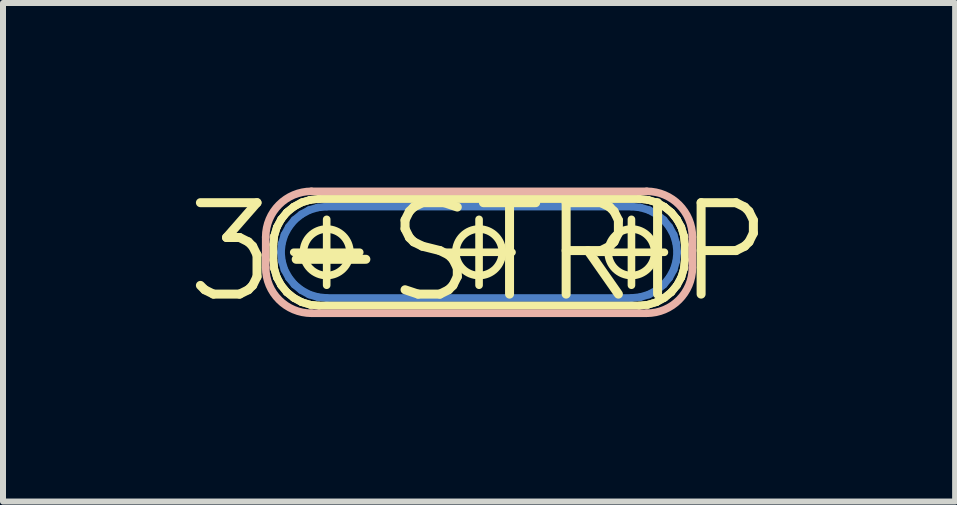
<source format=kicad_pcb>
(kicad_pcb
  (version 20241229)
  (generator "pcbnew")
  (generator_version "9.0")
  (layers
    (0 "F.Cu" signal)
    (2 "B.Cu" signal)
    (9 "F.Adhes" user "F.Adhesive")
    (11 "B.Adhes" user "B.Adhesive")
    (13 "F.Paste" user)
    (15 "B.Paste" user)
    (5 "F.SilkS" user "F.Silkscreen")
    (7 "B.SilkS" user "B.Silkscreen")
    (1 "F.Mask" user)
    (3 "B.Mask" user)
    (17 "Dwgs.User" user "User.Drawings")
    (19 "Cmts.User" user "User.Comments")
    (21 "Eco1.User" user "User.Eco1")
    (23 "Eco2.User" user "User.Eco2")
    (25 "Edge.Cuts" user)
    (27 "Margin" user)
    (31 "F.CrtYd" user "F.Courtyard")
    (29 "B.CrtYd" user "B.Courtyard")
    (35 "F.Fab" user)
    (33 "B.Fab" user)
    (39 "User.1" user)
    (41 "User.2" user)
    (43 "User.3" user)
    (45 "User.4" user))
  (footprint "3-STRIP"
    (layer "F.Cu")
    (at 4.935 1.155)
    (property "Reference" "3-STRIP" (at 0 0 0) (layer "F.SilkS") (effects (font (size 1.524 1.524) (thickness 0.15))))
    (attr exclude_from_pos_files exclude_from_bom)
    (fp_line (start -3.302 0) (end -3.287 -0.147) (stroke (width 0.127) (type solid)) (layer "B.Cu"))
    (fp_line (start -3.287 -0.147) (end -3.244 -0.29) (stroke (width 0.127) (type solid)) (layer "B.Cu"))
    (fp_line (start -3.287 0.147) (end -3.302 0) (stroke (width 0.127) (type solid)) (layer "B.Cu"))
    (fp_line (start -3.244 -0.29) (end -3.172 -0.422) (stroke (width 0.127) (type solid)) (layer "B.Cu"))
    (fp_line (start -3.244 0.29) (end -3.287 0.147) (stroke (width 0.127) (type solid)) (layer "B.Cu"))
    (fp_line (start -3.172 -0.422) (end -3.078 -0.538) (stroke (width 0.127) (type solid)) (layer "B.Cu"))
    (fp_line (start -3.172 0.422) (end -3.244 0.29) (stroke (width 0.127) (type solid)) (layer "B.Cu"))
    (fp_line (start -3.078 -0.538) (end -2.962 -0.632) (stroke (width 0.127) (type solid)) (layer "B.Cu"))
    (fp_line (start -3.078 0.538) (end -3.172 0.422) (stroke (width 0.127) (type solid)) (layer "B.Cu"))
    (fp_line (start -2.962 -0.632) (end -2.83 -0.704) (stroke (width 0.127) (type solid)) (layer "B.Cu"))
    (fp_line (start -2.962 0.632) (end -3.078 0.538) (stroke (width 0.127) (type solid)) (layer "B.Cu"))
    (fp_line (start -2.83 -0.704) (end -2.687 -0.747) (stroke (width 0.127) (type solid)) (layer "B.Cu"))
    (fp_line (start -2.83 0.704) (end -2.962 0.632) (stroke (width 0.127) (type solid)) (layer "B.Cu"))
    (fp_line (start -2.687 -0.747) (end -2.54 -0.762) (stroke (width 0.127) (type solid)) (layer "B.Cu"))
    (fp_line (start -2.687 0.747) (end -2.83 0.704) (stroke (width 0.127) (type solid)) (layer "B.Cu"))
    (fp_line (start -2.54 -0.762) (end 2.54 -0.762) (stroke (width 0.127) (type solid)) (layer "B.Cu"))
    (fp_line (start -2.54 0.762) (end -2.687 0.747) (stroke (width 0.127) (type solid)) (layer "B.Cu"))
    (fp_line (start 2.54 -0.762) (end 2.687 -0.747) (stroke (width 0.127) (type solid)) (layer "B.Cu"))
    (fp_line (start 2.54 0.762) (end -2.54 0.762) (stroke (width 0.127) (type solid)) (layer "B.Cu"))
    (fp_line (start 2.687 -0.747) (end 2.83 -0.704) (stroke (width 0.127) (type solid)) (layer "B.Cu"))
    (fp_line (start 2.687 0.747) (end 2.54 0.762) (stroke (width 0.127) (type solid)) (layer "B.Cu"))
    (fp_line (start 2.83 -0.704) (end 2.962 -0.632) (stroke (width 0.127) (type solid)) (layer "B.Cu"))
    (fp_line (start 2.83 0.704) (end 2.687 0.747) (stroke (width 0.127) (type solid)) (layer "B.Cu"))
    (fp_line (start 2.962 -0.632) (end 3.078 -0.538) (stroke (width 0.127) (type solid)) (layer "B.Cu"))
    (fp_line (start 2.962 0.632) (end 2.83 0.704) (stroke (width 0.127) (type solid)) (layer "B.Cu"))
    (fp_line (start 3.078 -0.538) (end 3.172 -0.422) (stroke (width 0.127) (type solid)) (layer "B.Cu"))
    (fp_line (start 3.078 0.538) (end 2.962 0.632) (stroke (width 0.127) (type solid)) (layer "B.Cu"))
    (fp_line (start 3.172 -0.422) (end 3.244 -0.29) (stroke (width 0.127) (type solid)) (layer "B.Cu"))
    (fp_line (start 3.172 0.422) (end 3.078 0.538) (stroke (width 0.127) (type solid)) (layer "B.Cu"))
    (fp_line (start 3.244 -0.29) (end 3.287 -0.147) (stroke (width 0.127) (type solid)) (layer "B.Cu"))
    (fp_line (start 3.244 0.29) (end 3.172 0.422) (stroke (width 0.127) (type solid)) (layer "B.Cu"))
    (fp_line (start 3.287 -0.147) (end 3.302 0) (stroke (width 0.127) (type solid)) (layer "B.Cu"))
    (fp_line (start 3.287 0.147) (end 3.244 0.29) (stroke (width 0.127) (type solid)) (layer "B.Cu"))
    (fp_line (start 3.302 0) (end 3.287 0.147) (stroke (width 0.127) (type solid)) (layer "B.Cu"))
    (fp_line (start -3.429 -0.127) (end -3.429 0.127) (stroke (width 0.127) (type solid)) (layer "F.SilkS"))
    (fp_line (start -3.429 -0.127) (end -3.414 -0.274) (stroke (width 0.127) (type solid)) (layer "F.SilkS"))
    (fp_line (start -3.429 0.127) (end -3.429 -0.127) (stroke (width 0.127) (type solid)) (layer "F.SilkS"))
    (fp_line (start -3.429 0.127) (end -3.414 0.274) (stroke (width 0.127) (type solid)) (layer "F.SilkS"))
    (fp_line (start -3.414 -0.274) (end -3.429 -0.127) (stroke (width 0.127) (type solid)) (layer "F.SilkS"))
    (fp_line (start -3.414 -0.274) (end -3.371 -0.417) (stroke (width 0.127) (type solid)) (layer "F.SilkS"))
    (fp_line (start -3.414 0.274) (end -3.429 0.127) (stroke (width 0.127) (type solid)) (layer "F.SilkS"))
    (fp_line (start -3.414 0.274) (end -3.371 0.417) (stroke (width 0.127) (type solid)) (layer "F.SilkS"))
    (fp_line (start -3.371 -0.417) (end -3.414 -0.274) (stroke (width 0.127) (type solid)) (layer "F.SilkS"))
    (fp_line (start -3.371 -0.417) (end -3.299 -0.549) (stroke (width 0.127) (type solid)) (layer "F.SilkS"))
    (fp_line (start -3.371 0.417) (end -3.414 0.274) (stroke (width 0.127) (type solid)) (layer "F.SilkS"))
    (fp_line (start -3.371 0.417) (end -3.299 0.549) (stroke (width 0.127) (type solid)) (layer "F.SilkS"))
    (fp_line (start -3.299 -0.549) (end -3.371 -0.417) (stroke (width 0.127) (type solid)) (layer "F.SilkS"))
    (fp_line (start -3.299 -0.549) (end -3.205 -0.665) (stroke (width 0.127) (type solid)) (layer "F.SilkS"))
    (fp_line (start -3.299 0.549) (end -3.371 0.417) (stroke (width 0.127) (type solid)) (layer "F.SilkS"))
    (fp_line (start -3.299 0.549) (end -3.205 0.665) (stroke (width 0.127) (type solid)) (layer "F.SilkS"))
    (fp_line (start -3.205 -0.665) (end -3.299 -0.549) (stroke (width 0.127) (type solid)) (layer "F.SilkS"))
    (fp_line (start -3.205 -0.665) (end -3.089 -0.759) (stroke (width 0.127) (type solid)) (layer "F.SilkS"))
    (fp_line (start -3.205 0.665) (end -3.299 0.549) (stroke (width 0.127) (type solid)) (layer "F.SilkS"))
    (fp_line (start -3.205 0.665) (end -3.089 0.759) (stroke (width 0.127) (type solid)) (layer "F.SilkS"))
    (fp_line (start -3.089 -0.759) (end -3.205 -0.665) (stroke (width 0.127) (type solid)) (layer "F.SilkS"))
    (fp_line (start -3.089 -0.759) (end -2.957 -0.831) (stroke (width 0.127) (type solid)) (layer "F.SilkS"))
    (fp_line (start -3.089 0) (end -1.989 0) (stroke (width 0.127) (type solid)) (layer "F.SilkS"))
    (fp_line (start -3.089 0.759) (end -3.205 0.665) (stroke (width 0.127) (type solid)) (layer "F.SilkS"))
    (fp_line (start -3.089 0.759) (end -2.957 0.831) (stroke (width 0.127) (type solid)) (layer "F.SilkS"))
    (fp_line (start -2.957 -0.831) (end -3.089 -0.759) (stroke (width 0.127) (type solid)) (layer "F.SilkS"))
    (fp_line (start -2.957 -0.831) (end -2.814 -0.874) (stroke (width 0.127) (type solid)) (layer "F.SilkS"))
    (fp_line (start -2.957 0.831) (end -3.089 0.759) (stroke (width 0.127) (type solid)) (layer "F.SilkS"))
    (fp_line (start -2.957 0.831) (end -2.814 0.874) (stroke (width 0.127) (type solid)) (layer "F.SilkS"))
    (fp_line (start -2.814 -0.874) (end -2.957 -0.831) (stroke (width 0.127) (type solid)) (layer "F.SilkS"))
    (fp_line (start -2.814 -0.874) (end -2.667 -0.889) (stroke (width 0.127) (type solid)) (layer "F.SilkS"))
    (fp_line (start -2.814 0.874) (end -2.957 0.831) (stroke (width 0.127) (type solid)) (layer "F.SilkS"))
    (fp_line (start -2.814 0.874) (end -2.667 0.889) (stroke (width 0.127) (type solid)) (layer "F.SilkS"))
    (fp_line (start -2.667 -0.889) (end -2.814 -0.874) (stroke (width 0.127) (type solid)) (layer "F.SilkS"))
    (fp_line (start -2.667 -0.889) (end 2.667 -0.889) (stroke (width 0.127) (type solid)) (layer "F.SilkS"))
    (fp_line (start -2.667 0.889) (end -2.814 0.874) (stroke (width 0.127) (type solid)) (layer "F.SilkS"))
    (fp_line (start -2.667 0.889) (end 2.667 0.889) (stroke (width 0.127) (type solid)) (layer "F.SilkS"))
    (fp_line (start -2.54 0.549) (end -2.54 -0.549) (stroke (width 0.127) (type solid)) (layer "F.SilkS"))
    (fp_line (start -0.549 0) (end 0.549 0) (stroke (width 0.127) (type solid)) (layer "F.SilkS"))
    (fp_line (start 0 0.549) (end 0 -0.549) (stroke (width 0.127) (type solid)) (layer "F.SilkS"))
    (fp_line (start 1.989 0) (end 3.089 0) (stroke (width 0.127) (type solid)) (layer "F.SilkS"))
    (fp_line (start 2.54 0.549) (end 2.54 -0.549) (stroke (width 0.127) (type solid)) (layer "F.SilkS"))
    (fp_line (start 2.667 -0.889) (end -2.667 -0.889) (stroke (width 0.127) (type solid)) (layer "F.SilkS"))
    (fp_line (start 2.667 -0.889) (end 2.814 -0.874) (stroke (width 0.127) (type solid)) (layer "F.SilkS"))
    (fp_line (start 2.667 0.889) (end -2.667 0.889) (stroke (width 0.127) (type solid)) (layer "F.SilkS"))
    (fp_line (start 2.667 0.889) (end 2.814 0.874) (stroke (width 0.127) (type solid)) (layer "F.SilkS"))
    (fp_line (start 2.814 -0.874) (end 2.667 -0.889) (stroke (width 0.127) (type solid)) (layer "F.SilkS"))
    (fp_line (start 2.814 -0.874) (end 2.957 -0.831) (stroke (width 0.127) (type solid)) (layer "F.SilkS"))
    (fp_line (start 2.814 0.874) (end 2.667 0.889) (stroke (width 0.127) (type solid)) (layer "F.SilkS"))
    (fp_line (start 2.814 0.874) (end 2.957 0.831) (stroke (width 0.127) (type solid)) (layer "F.SilkS"))
    (fp_line (start 2.957 -0.831) (end 2.814 -0.874) (stroke (width 0.127) (type solid)) (layer "F.SilkS"))
    (fp_line (start 2.957 -0.831) (end 3.089 -0.759) (stroke (width 0.127) (type solid)) (layer "F.SilkS"))
    (fp_line (start 2.957 0.831) (end 2.814 0.874) (stroke (width 0.127) (type solid)) (layer "F.SilkS"))
    (fp_line (start 2.957 0.831) (end 3.089 0.759) (stroke (width 0.127) (type solid)) (layer "F.SilkS"))
    (fp_line (start 3.089 -0.759) (end 2.957 -0.831) (stroke (width 0.127) (type solid)) (layer "F.SilkS"))
    (fp_line (start 3.089 -0.759) (end 3.205 -0.665) (stroke (width 0.127) (type solid)) (layer "F.SilkS"))
    (fp_line (start 3.089 0.759) (end 2.957 0.831) (stroke (width 0.127) (type solid)) (layer "F.SilkS"))
    (fp_line (start 3.089 0.759) (end 3.205 0.665) (stroke (width 0.127) (type solid)) (layer "F.SilkS"))
    (fp_line (start 3.205 -0.665) (end 3.089 -0.759) (stroke (width 0.127) (type solid)) (layer "F.SilkS"))
    (fp_line (start 3.205 -0.665) (end 3.299 -0.549) (stroke (width 0.127) (type solid)) (layer "F.SilkS"))
    (fp_line (start 3.205 0.665) (end 3.089 0.759) (stroke (width 0.127) (type solid)) (layer "F.SilkS"))
    (fp_line (start 3.205 0.665) (end 3.299 0.549) (stroke (width 0.127) (type solid)) (layer "F.SilkS"))
    (fp_line (start 3.299 -0.549) (end 3.205 -0.665) (stroke (width 0.127) (type solid)) (layer "F.SilkS"))
    (fp_line (start 3.299 -0.549) (end 3.371 -0.417) (stroke (width 0.127) (type solid)) (layer "F.SilkS"))
    (fp_line (start 3.299 0.549) (end 3.205 0.665) (stroke (width 0.127) (type solid)) (layer "F.SilkS"))
    (fp_line (start 3.299 0.549) (end 3.371 0.417) (stroke (width 0.127) (type solid)) (layer "F.SilkS"))
    (fp_line (start 3.371 -0.417) (end 3.299 -0.549) (stroke (width 0.127) (type solid)) (layer "F.SilkS"))
    (fp_line (start 3.371 -0.417) (end 3.414 -0.274) (stroke (width 0.127) (type solid)) (layer "F.SilkS"))
    (fp_line (start 3.371 0.417) (end 3.299 0.549) (stroke (width 0.127) (type solid)) (layer "F.SilkS"))
    (fp_line (start 3.371 0.417) (end 3.414 0.274) (stroke (width 0.127) (type solid)) (layer "F.SilkS"))
    (fp_line (start 3.414 -0.274) (end 3.371 -0.417) (stroke (width 0.127) (type solid)) (layer "F.SilkS"))
    (fp_line (start 3.414 -0.274) (end 3.429 -0.127) (stroke (width 0.127) (type solid)) (layer "F.SilkS"))
    (fp_line (start 3.414 0.274) (end 3.371 0.417) (stroke (width 0.127) (type solid)) (layer "F.SilkS"))
    (fp_line (start 3.414 0.274) (end 3.429 0.127) (stroke (width 0.127) (type solid)) (layer "F.SilkS"))
    (fp_line (start 3.429 -0.127) (end 3.414 -0.274) (stroke (width 0.127) (type solid)) (layer "F.SilkS"))
    (fp_line (start 3.429 -0.127) (end 3.429 0.127) (stroke (width 0.127) (type solid)) (layer "F.SilkS"))
    (fp_line (start 3.429 0.127) (end 3.414 0.274) (stroke (width 0.127) (type solid)) (layer "F.SilkS"))
    (fp_line (start 3.429 0.127) (end 3.429 -0.127) (stroke (width 0.127) (type solid)) (layer "F.SilkS"))
    (fp_circle (center -2.54 0) (end -2.814 0.274) (stroke (width 0.127) (type solid)) (fill no) (layer "F.SilkS"))
    (fp_circle (center 0 0) (end -0.274 0.274) (stroke (width 0.127) (type solid)) (fill no) (layer "F.SilkS"))
    (fp_circle (center 2.54 0) (end 2.814 0.274) (stroke (width 0.127) (type solid)) (fill no) (layer "F.SilkS"))
    (fp_line (start -3.556 0.254) (end -3.556 -0.254) (stroke (width 0.127) (type solid)) (layer "B.SilkS"))
    (fp_line (start -2.794 -1.016) (end 2.794 -1.016) (stroke (width 0.127) (type solid)) (layer "B.SilkS"))
    (fp_line (start 2.794 1.016) (end -2.794 1.016) (stroke (width 0.127) (type solid)) (layer "B.SilkS"))
    (fp_line (start 3.556 -0.254) (end 3.556 0.254) (stroke (width 0.127) (type solid)) (layer "B.SilkS"))
    (fp_arc (start -3.556 -0.254) (mid -3.332815 -0.792815) (end -2.794 -1.016) (stroke (width 0.127) (type solid)) (layer "B.SilkS"))
    (fp_arc (start -2.794 1.016) (mid -3.332815 0.792815) (end -3.556 0.254) (stroke (width 0.127) (type solid)) (layer "B.SilkS"))
    (fp_arc (start 2.794 -1.016) (mid 3.332815 -0.792815) (end 3.556 -0.254) (stroke (width 0.127) (type solid)) (layer "B.SilkS"))
    (fp_arc (start 3.556 0.254) (mid 3.332815 0.792815) (end 2.794 1.016) (stroke (width 0.127) (type solid)) (layer "B.SilkS"))
    (fp_line (start -3.302 0) (end -3.287 0.147) (stroke (width 0.127) (type solid)) (layer "B.Adhes"))
    (fp_line (start -3.287 -0.147) (end -3.302 0) (stroke (width 0.127) (type solid)) (layer "B.Adhes"))
    (fp_line (start -3.287 0.147) (end -3.244 0.29) (stroke (width 0.127) (type solid)) (layer "B.Adhes"))
    (fp_line (start -3.244 -0.29) (end -3.287 -0.147) (stroke (width 0.127) (type solid)) (layer "B.Adhes"))
    (fp_line (start -3.244 0.29) (end -3.172 0.422) (stroke (width 0.127) (type solid)) (layer "B.Adhes"))
    (fp_line (start -3.172 -0.422) (end -3.244 -0.29) (stroke (width 0.127) (type solid)) (layer "B.Adhes"))
    (fp_line (start -3.172 0.422) (end -3.078 0.538) (stroke (width 0.127) (type solid)) (layer "B.Adhes"))
    (fp_line (start -3.078 -0.538) (end -3.172 -0.422) (stroke (width 0.127) (type solid)) (layer "B.Adhes"))
    (fp_line (start -3.078 0.538) (end -2.962 0.632) (stroke (width 0.127) (type solid)) (layer "B.Adhes"))
    (fp_line (start -2.962 -0.632) (end -3.078 -0.538) (stroke (width 0.127) (type solid)) (layer "B.Adhes"))
    (fp_line (start -2.962 0.632) (end -2.83 0.704) (stroke (width 0.127) (type solid)) (layer "B.Adhes"))
    (fp_line (start -2.83 -0.704) (end -2.962 -0.632) (stroke (width 0.127) (type solid)) (layer "B.Adhes"))
    (fp_line (start -2.83 0.704) (end -2.687 0.747) (stroke (width 0.127) (type solid)) (layer "B.Adhes"))
    (fp_line (start -2.687 -0.747) (end -2.83 -0.704) (stroke (width 0.127) (type solid)) (layer "B.Adhes"))
    (fp_line (start -2.687 0.747) (end -2.54 0.762) (stroke (width 0.127) (type solid)) (layer "B.Adhes"))
    (fp_line (start -2.54 -0.762) (end -2.687 -0.747) (stroke (width 0.127) (type solid)) (layer "B.Adhes"))
    (fp_line (start -2.54 0.762) (end 2.54 0.762) (stroke (width 0.127) (type solid)) (layer "B.Adhes"))
    (fp_line (start 2.54 -0.762) (end -2.54 -0.762) (stroke (width 0.127) (type solid)) (layer "B.Adhes"))
    (fp_line (start 2.54 0.762) (end 2.687 0.747) (stroke (width 0.127) (type solid)) (layer "B.Adhes"))
    (fp_line (start 2.687 -0.747) (end 2.54 -0.762) (stroke (width 0.127) (type solid)) (layer "B.Adhes"))
    (fp_line (start 2.687 0.747) (end 2.83 0.704) (stroke (width 0.127) (type solid)) (layer "B.Adhes"))
    (fp_line (start 2.83 -0.704) (end 2.687 -0.747) (stroke (width 0.127) (type solid)) (layer "B.Adhes"))
    (fp_line (start 2.83 0.704) (end 2.962 0.632) (stroke (width 0.127) (type solid)) (layer "B.Adhes"))
    (fp_line (start 2.962 -0.632) (end 2.83 -0.704) (stroke (width 0.127) (type solid)) (layer "B.Adhes"))
    (fp_line (start 2.962 0.632) (end 3.078 0.538) (stroke (width 0.127) (type solid)) (layer "B.Adhes"))
    (fp_line (start 3.078 -0.538) (end 2.962 -0.632) (stroke (width 0.127) (type solid)) (layer "B.Adhes"))
    (fp_line (start 3.078 0.538) (end 3.172 0.422) (stroke (width 0.127) (type solid)) (layer "B.Adhes"))
    (fp_line (start 3.172 -0.422) (end 3.078 -0.538) (stroke (width 0.127) (type solid)) (layer "B.Adhes"))
    (fp_line (start 3.172 0.422) (end 3.244 0.29) (stroke (width 0.127) (type solid)) (layer "B.Adhes"))
    (fp_line (start 3.244 -0.29) (end 3.172 -0.422) (stroke (width 0.127) (type solid)) (layer "B.Adhes"))
    (fp_line (start 3.244 0.29) (end 3.287 0.147) (stroke (width 0.127) (type solid)) (layer "B.Adhes"))
    (fp_line (start 3.287 -0.147) (end 3.244 -0.29) (stroke (width 0.127) (type solid)) (layer "B.Adhes"))
    (fp_line (start 3.287 0.147) (end 3.302 0) (stroke (width 0.127) (type solid)) (layer "B.Adhes"))
    (fp_line (start 3.302 0) (end 3.287 -0.147) (stroke (width 0.127) (type solid)) (layer "B.Adhes")))
  (gr_rect
    (start -3 -3)
    (end 12.87 5.31)
    (stroke (width 0.1) (type default))
    (fill no)
    (layer "Edge.Cuts")))
</source>
